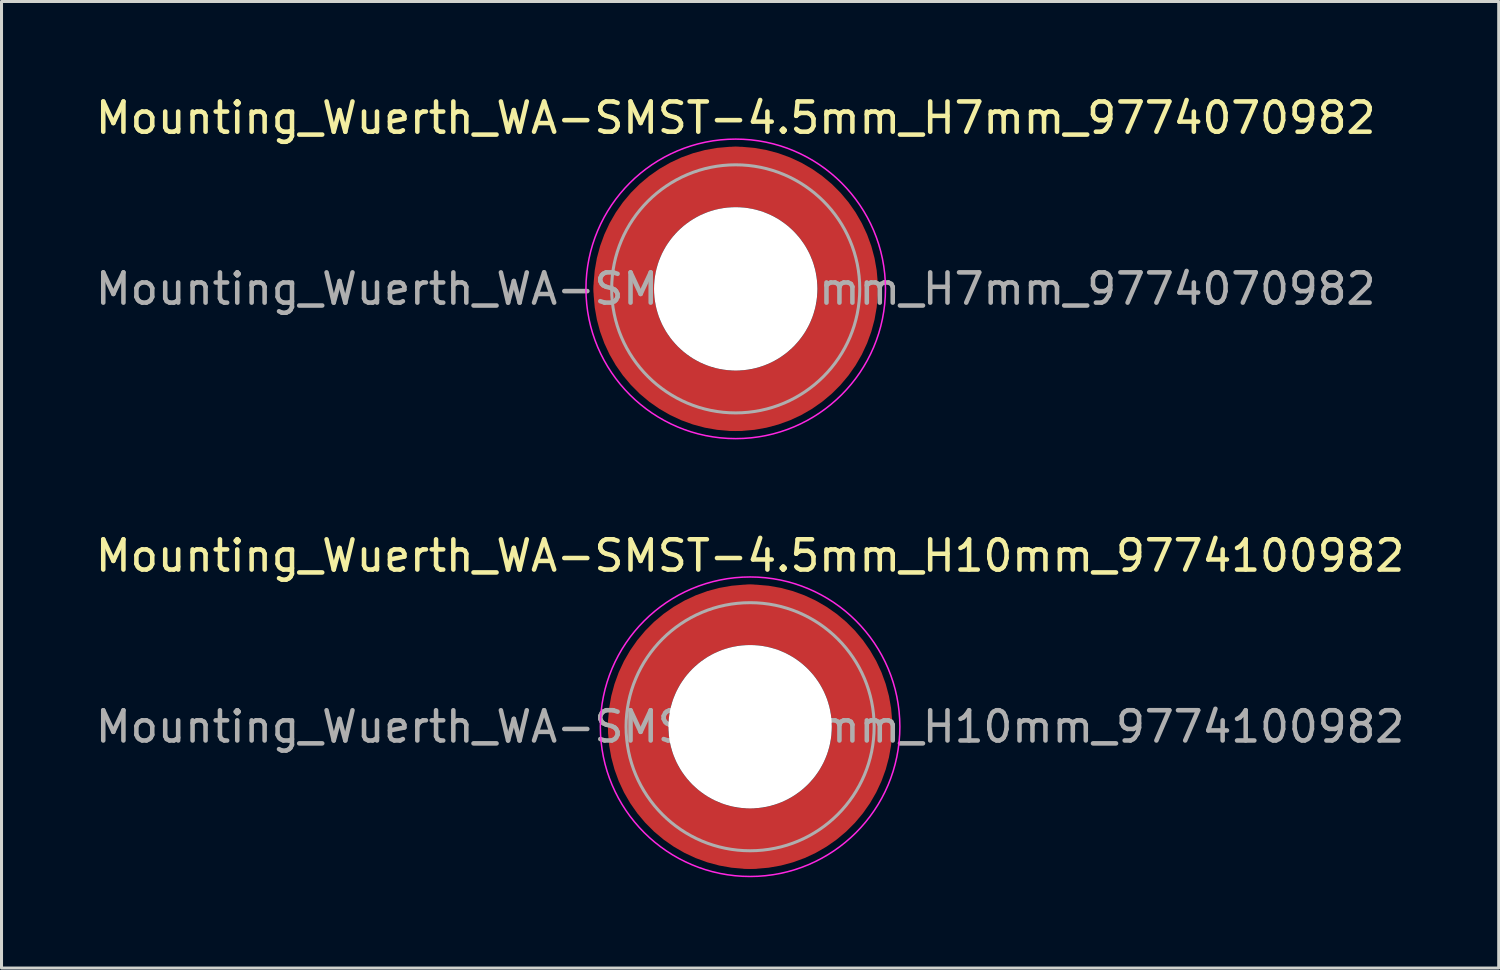
<source format=kicad_pcb>
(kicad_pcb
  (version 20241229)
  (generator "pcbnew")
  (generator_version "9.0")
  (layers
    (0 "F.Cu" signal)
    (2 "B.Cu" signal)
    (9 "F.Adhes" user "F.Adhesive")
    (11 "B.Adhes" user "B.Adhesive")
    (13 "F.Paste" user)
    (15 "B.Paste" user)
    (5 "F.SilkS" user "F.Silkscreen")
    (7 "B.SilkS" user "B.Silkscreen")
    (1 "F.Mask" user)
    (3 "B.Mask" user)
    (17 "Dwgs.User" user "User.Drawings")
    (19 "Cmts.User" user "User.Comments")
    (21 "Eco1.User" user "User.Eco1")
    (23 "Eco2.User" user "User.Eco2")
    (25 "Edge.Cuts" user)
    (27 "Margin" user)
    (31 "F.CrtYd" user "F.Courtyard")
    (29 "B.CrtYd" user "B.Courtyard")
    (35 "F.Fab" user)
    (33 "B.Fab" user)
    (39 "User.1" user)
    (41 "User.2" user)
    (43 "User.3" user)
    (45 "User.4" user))
  (footprint "Mounting_Wuerth_WA-SMST-4.5mm_H7mm_9774070982"
    (layer "F.Cu")
    (at 21.268 6.498)
    (property "Reference" "Mounting_Wuerth_WA-SMST-4.5mm_H7mm_9774070982" (at 0 -5.65 0) (layer "F.SilkS") (effects (font (size 1 1) (thickness 0.15))))
    (attr smd)
    (fp_circle (center 0 0) (end 4.95 0) (stroke (width 0.05) (type solid)) (fill no) (layer "F.CrtYd"))
    (fp_circle (center 0 0) (end 4.1 0) (stroke (width 0.1) (type solid)) (fill no) (layer "F.Fab"))
    (fp_text user "${REFERENCE}" (at 0 0 0) (layer "F.Fab") (effects (font (size 1 1) (thickness 0.15))))
    (pad "" smd custom (at -2.607 -2.607) (size 0.948 0.948) (layers "F.Paste") (options (anchor circle)) (primitives (gr_arc (start -0.188183 2.107456) (mid 0.599273 0.599273) (end 2.107456 -0.188183) (width 0.2)) (gr_arc (start -0.289416 2.107456) (mid 0.52877 0.52877) (end 2.107456 -0.289416) (width 0.2)) (gr_arc (start -0.390547 2.107456) (mid 0.458268 0.458268) (end 2.107456 -0.390547) (width 0.2)) (gr_arc (start -0.491585 2.107456) (mid 0.387765 0.387765) (end 2.107456 -0.491585) (width 0.2)) (gr_arc (start -0.59254 2.107456) (mid 0.317262 0.317262) (end 2.107456 -0.59254) (width 0.2)) (gr_arc (start -0.693419 2.107456) (mid 0.24676 0.24676) (end 2.107456 -0.693419) (width 0.2)) (gr_arc (start -0.794229 2.107456) (mid 0.176257 0.176257) (end 2.107456 -0.794229) (width 0.2)) (gr_arc (start -0.894975 2.107456) (mid 0.105754 0.105754) (end 2.107456 -0.894975) (width 0.2)) (gr_arc (start -0.995664 2.107456) (mid 0.035251 0.035251) (end 2.107456 -0.995664) (width 0.2)) (gr_arc (start -1.0963 2.107456) (mid -0.035252 -0.035252) (end 2.107456 -1.0963) (width 0.2)) (gr_arc (start -1.196886 2.107456) (mid -0.105754 -0.105754) (end 2.107456 -1.196886) (width 0.2)) (gr_arc (start -1.297427 2.107456) (mid -0.176257 -0.176257) (end 2.107456 -1.297427) (width 0.2)) (gr_arc (start -1.397927 2.107456) (mid -0.24676 -0.24676) (end 2.107456 -1.397927) (width 0.2)) (gr_arc (start -1.498388 2.107456) (mid -0.317262 -0.317262) (end 2.107456 -1.498388) (width 0.2)) (gr_arc (start -1.598813 2.107456) (mid -0.387765 -0.387765) (end 2.107456 -1.598813) (width 0.2)) (gr_arc (start -1.699204 2.107456) (mid -0.458267 -0.458267) (end 2.107456 -1.699204) (width 0.2)) (gr_arc (start -1.799565 2.107456) (mid -0.528771 -0.528771) (end 2.107456 -1.799565) (width 0.2)) (gr_arc (start -1.899896 2.107456) (mid -0.599273 -0.599273) (end 2.107456 -1.899896) (width 0.2)) (gr_arc (start -1.899896 2.107456) (mid -0.599273 -0.599273) (end 2.107456 -1.899896) (width 0.2)) (gr_line (start 2.107 -0.188) (end 2.107 -1.9) (width 0.2)) (gr_line (start -0.188 2.107) (end -1.9 2.107) (width 0.2))))
    (pad "" smd custom (at -2.607 2.607) (size 0.948 0.948) (layers "F.Paste") (options (anchor circle)) (primitives (gr_arc (start 2.107456 0.188183) (mid 0.599273 -0.599273) (end -0.188183 -2.107456) (width 0.2)) (gr_arc (start 2.107456 0.289416) (mid 0.52877 -0.52877) (end -0.289416 -2.107456) (width 0.2)) (gr_arc (start 2.107456 0.390547) (mid 0.458268 -0.458268) (end -0.390547 -2.107456) (width 0.2)) (gr_arc (start 2.107456 0.491585) (mid 0.387765 -0.387765) (end -0.491585 -2.107456) (width 0.2)) (gr_arc (start 2.107456 0.59254) (mid 0.317262 -0.317262) (end -0.59254 -2.107456) (width 0.2)) (gr_arc (start 2.107456 0.693419) (mid 0.24676 -0.24676) (end -0.693419 -2.107456) (width 0.2)) (gr_arc (start 2.107456 0.794229) (mid 0.176257 -0.176257) (end -0.794229 -2.107456) (width 0.2)) (gr_arc (start 2.107456 0.894975) (mid 0.105754 -0.105754) (end -0.894975 -2.107456) (width 0.2)) (gr_arc (start 2.107456 0.995664) (mid 0.035251 -0.035251) (end -0.995664 -2.107456) (width 0.2)) (gr_arc (start 2.107456 1.0963) (mid -0.035252 0.035252) (end -1.0963 -2.107456) (width 0.2)) (gr_arc (start 2.107456 1.196886) (mid -0.105754 0.105754) (end -1.196886 -2.107456) (width 0.2)) (gr_arc (start 2.107456 1.297427) (mid -0.176257 0.176257) (end -1.297427 -2.107456) (width 0.2)) (gr_arc (start 2.107456 1.397927) (mid -0.24676 0.24676) (end -1.397927 -2.107456) (width 0.2)) (gr_arc (start 2.107456 1.498388) (mid -0.317262 0.317262) (end -1.498388 -2.107456) (width 0.2)) (gr_arc (start 2.107456 1.598813) (mid -0.387765 0.387765) (end -1.598813 -2.107456) (width 0.2)) (gr_arc (start 2.107456 1.699204) (mid -0.458267 0.458267) (end -1.699204 -2.107456) (width 0.2)) (gr_arc (start 2.107456 1.799565) (mid -0.528771 0.528771) (end -1.799565 -2.107456) (width 0.2)) (gr_arc (start 2.107456 1.899896) (mid -0.599273 0.599273) (end -1.899896 -2.107456) (width 0.2)) (gr_arc (start 2.107456 1.899896) (mid -0.599273 0.599273) (end -1.899896 -2.107456) (width 0.2)) (gr_line (start -0.188 -2.107) (end -1.9 -2.107) (width 0.2)) (gr_line (start 2.107 0.188) (end 2.107 1.9) (width 0.2))))
    (pad "" np_thru_hole circle (at 0 0) (size 5.4 5.4) (drill 5.4) (layers "*.Cu" "*.Mask"))
    (pad "" smd custom (at 2.607 -2.607) (size 0.948 0.948) (layers "F.Paste") (options (anchor circle)) (primitives (gr_arc (start -2.107456 -0.188183) (mid -0.599273 0.599273) (end 0.188183 2.107456) (width 0.2)) (gr_arc (start -2.107456 -0.289416) (mid -0.52877 0.52877) (end 0.289416 2.107456) (width 0.2)) (gr_arc (start -2.107456 -0.390547) (mid -0.458268 0.458268) (end 0.390547 2.107456) (width 0.2)) (gr_arc (start -2.107456 -0.491585) (mid -0.387765 0.387765) (end 0.491585 2.107456) (width 0.2)) (gr_arc (start -2.107456 -0.59254) (mid -0.317262 0.317262) (end 0.59254 2.107456) (width 0.2)) (gr_arc (start -2.107456 -0.693419) (mid -0.24676 0.24676) (end 0.693419 2.107456) (width 0.2)) (gr_arc (start -2.107456 -0.794229) (mid -0.176257 0.176257) (end 0.794229 2.107456) (width 0.2)) (gr_arc (start -2.107456 -0.894975) (mid -0.105754 0.105754) (end 0.894975 2.107456) (width 0.2)) (gr_arc (start -2.107456 -0.995664) (mid -0.035251 0.035251) (end 0.995664 2.107456) (width 0.2)) (gr_arc (start -2.107456 -1.0963) (mid 0.035252 -0.035252) (end 1.0963 2.107456) (width 0.2)) (gr_arc (start -2.107456 -1.196886) (mid 0.105754 -0.105754) (end 1.196886 2.107456) (width 0.2)) (gr_arc (start -2.107456 -1.297427) (mid 0.176257 -0.176257) (end 1.297427 2.107456) (width 0.2)) (gr_arc (start -2.107456 -1.397927) (mid 0.24676 -0.24676) (end 1.397927 2.107456) (width 0.2)) (gr_arc (start -2.107456 -1.498388) (mid 0.317262 -0.317262) (end 1.498388 2.107456) (width 0.2)) (gr_arc (start -2.107456 -1.598813) (mid 0.387765 -0.387765) (end 1.598813 2.107456) (width 0.2)) (gr_arc (start -2.107456 -1.699204) (mid 0.458267 -0.458267) (end 1.699204 2.107456) (width 0.2)) (gr_arc (start -2.107456 -1.799565) (mid 0.528771 -0.528771) (end 1.799565 2.107456) (width 0.2)) (gr_arc (start -2.107456 -1.899896) (mid 0.599273 -0.599273) (end 1.899896 2.107456) (width 0.2)) (gr_arc (start -2.107456 -1.899896) (mid 0.599273 -0.599273) (end 1.899896 2.107456) (width 0.2)) (gr_line (start 0.188 2.107) (end 1.9 2.107) (width 0.2)) (gr_line (start -2.107 -0.188) (end -2.107 -1.9) (width 0.2))))
    (pad "" smd custom (at 2.607 2.607) (size 0.948 0.948) (layers "F.Paste") (options (anchor circle)) (primitives (gr_arc (start 0.188183 -2.107456) (mid -0.599273 -0.599273) (end -2.107456 0.188183) (width 0.2)) (gr_arc (start 0.289416 -2.107456) (mid -0.52877 -0.52877) (end -2.107456 0.289416) (width 0.2)) (gr_arc (start 0.390547 -2.107456) (mid -0.458268 -0.458268) (end -2.107456 0.390547) (width 0.2)) (gr_arc (start 0.491585 -2.107456) (mid -0.387765 -0.387765) (end -2.107456 0.491585) (width 0.2)) (gr_arc (start 0.59254 -2.107456) (mid -0.317262 -0.317262) (end -2.107456 0.59254) (width 0.2)) (gr_arc (start 0.693419 -2.107456) (mid -0.24676 -0.24676) (end -2.107456 0.693419) (width 0.2)) (gr_arc (start 0.794229 -2.107456) (mid -0.176257 -0.176257) (end -2.107456 0.794229) (width 0.2)) (gr_arc (start 0.894975 -2.107456) (mid -0.105754 -0.105754) (end -2.107456 0.894975) (width 0.2)) (gr_arc (start 0.995664 -2.107456) (mid -0.035251 -0.035251) (end -2.107456 0.995664) (width 0.2)) (gr_arc (start 1.0963 -2.107456) (mid 0.035252 0.035252) (end -2.107456 1.0963) (width 0.2)) (gr_arc (start 1.196886 -2.107456) (mid 0.105754 0.105754) (end -2.107456 1.196886) (width 0.2)) (gr_arc (start 1.297427 -2.107456) (mid 0.176257 0.176257) (end -2.107456 1.297427) (width 0.2)) (gr_arc (start 1.397927 -2.107456) (mid 0.24676 0.24676) (end -2.107456 1.397927) (width 0.2)) (gr_arc (start 1.498388 -2.107456) (mid 0.317262 0.317262) (end -2.107456 1.498388) (width 0.2)) (gr_arc (start 1.598813 -2.107456) (mid 0.387765 0.387765) (end -2.107456 1.598813) (width 0.2)) (gr_arc (start 1.699204 -2.107456) (mid 0.458267 0.458267) (end -2.107456 1.699204) (width 0.2)) (gr_arc (start 1.799565 -2.107456) (mid 0.528771 0.528771) (end -2.107456 1.799565) (width 0.2)) (gr_arc (start 1.899896 -2.107456) (mid 0.599273 0.599273) (end -2.107456 1.899896) (width 0.2)) (gr_arc (start 1.899896 -2.107456) (mid 0.599273 0.599273) (end -2.107456 1.899896) (width 0.2)) (gr_line (start -2.107 0.188) (end -2.107 1.9) (width 0.2)) (gr_line (start 0.188 -2.107) (end 1.9 -2.107) (width 0.2))))
    (pad "1" smd circle (at -3.7 0) (size 2 2) (layers "F.Cu"))
    (pad "1" smd circle (at 0 -3.7) (size 2 2) (layers "F.Cu"))
    (pad "1" smd circle (at 0 3.7) (size 2 2) (layers "F.Cu"))
    (pad "1" smd custom (at 3.7 0) (size 2 2) (layers "F.Cu" "F.Mask") (options (anchor circle)) (primitives (gr_circle (center -3.7 0) (end 0 0) (width 2) (fill no)))))
  (footprint "Mounting_Wuerth_WA-SMST-4.5mm_H10mm_9774100982"
    (layer "F.Cu")
    (at 21.744 20.971)
    (property "Reference" "Mounting_Wuerth_WA-SMST-4.5mm_H10mm_9774100982" (at 0 -5.65 0) (layer "F.SilkS") (effects (font (size 1 1) (thickness 0.15))))
    (attr smd)
    (fp_circle (center 0 0) (end 4.95 0) (stroke (width 0.05) (type solid)) (fill no) (layer "F.CrtYd"))
    (fp_circle (center 0 0) (end 4.1 0) (stroke (width 0.1) (type solid)) (fill no) (layer "F.Fab"))
    (fp_text user "${REFERENCE}" (at 0 0 0) (layer "F.Fab") (effects (font (size 1 1) (thickness 0.15))))
    (pad "" smd custom (at -2.607 -2.607) (size 1.895 1.895) (layers "F.Paste") (options (anchor circle)) (primitives (gr_arc (start -0.485237 1.733706) (mid 0.334992 0.334992) (end 1.733706 -0.485237) (width 0.9475)) (gr_arc (start -0.975031 1.733706) (mid 0 0) (end 1.733706 -0.975031) (width 0.9475)) (gr_arc (start -1.461028 1.733706) (mid -0.334992 -0.334992) (end 1.733706 -1.461028) (width 0.9475)) (gr_line (start 1.734 -0.485) (end 1.734 -1.461) (width 0.948)) (gr_line (start -0.485 1.734) (end -1.461 1.734) (width 0.948))))
    (pad "" smd custom (at -2.607 2.607) (size 1.895 1.895) (layers "F.Paste") (options (anchor circle)) (primitives (gr_arc (start 1.733706 0.485237) (mid 0.334992 -0.334992) (end -0.485237 -1.733706) (width 0.9475)) (gr_arc (start 1.733706 0.975031) (mid 0 0) (end -0.975031 -1.733706) (width 0.9475)) (gr_arc (start 1.733706 1.461028) (mid -0.334992 0.334992) (end -1.461028 -1.733706) (width 0.9475)) (gr_line (start -0.485 -1.734) (end -1.461 -1.734) (width 0.948)) (gr_line (start 1.734 0.485) (end 1.734 1.461) (width 0.948))))
    (pad "" np_thru_hole circle (at 0 0) (size 5.4 5.4) (drill 5.4) (layers "*.Cu" "*.Mask"))
    (pad "" smd custom (at 2.607 -2.607) (size 1.895 1.895) (layers "F.Paste") (options (anchor circle)) (primitives (gr_arc (start -1.733706 -0.485237) (mid -0.334992 0.334992) (end 0.485237 1.733706) (width 0.9475)) (gr_arc (start -1.733706 -0.975031) (mid 0 0) (end 0.975031 1.733706) (width 0.9475)) (gr_arc (start -1.733706 -1.461028) (mid 0.334992 -0.334992) (end 1.461028 1.733706) (width 0.9475)) (gr_line (start 0.485 1.734) (end 1.461 1.734) (width 0.948)) (gr_line (start -1.734 -0.485) (end -1.734 -1.461) (width 0.948))))
    (pad "" smd custom (at 2.607 2.607) (size 1.895 1.895) (layers "F.Paste") (options (anchor circle)) (primitives (gr_arc (start 0.485237 -1.733706) (mid -0.334992 -0.334992) (end -1.733706 0.485237) (width 0.9475)) (gr_arc (start 0.975031 -1.733706) (mid 0 0) (end -1.733706 0.975031) (width 0.9475)) (gr_arc (start 1.461028 -1.733706) (mid 0.334992 0.334992) (end -1.733706 1.461028) (width 0.9475)) (gr_line (start -1.734 0.485) (end -1.734 1.461) (width 0.948)) (gr_line (start 0.485 -1.734) (end 1.461 -1.734) (width 0.948))))
    (pad "1" smd circle (at -3.7 0) (size 2 2) (layers "F.Cu"))
    (pad "1" smd circle (at 0 -3.7) (size 2 2) (layers "F.Cu"))
    (pad "1" smd circle (at 0 3.7) (size 2 2) (layers "F.Cu"))
    (pad "1" smd custom (at 3.7 0) (size 2 2) (layers "F.Cu" "F.Mask") (options (anchor circle)) (primitives (gr_circle (center -3.7 0) (end 0 0) (width 2) (fill no)))))
  (gr_rect
    (start -3 -3)
    (end 46.488 28.947)
    (stroke (width 0.1) (type default))
    (fill no)
    (layer "Edge.Cuts")))
</source>
